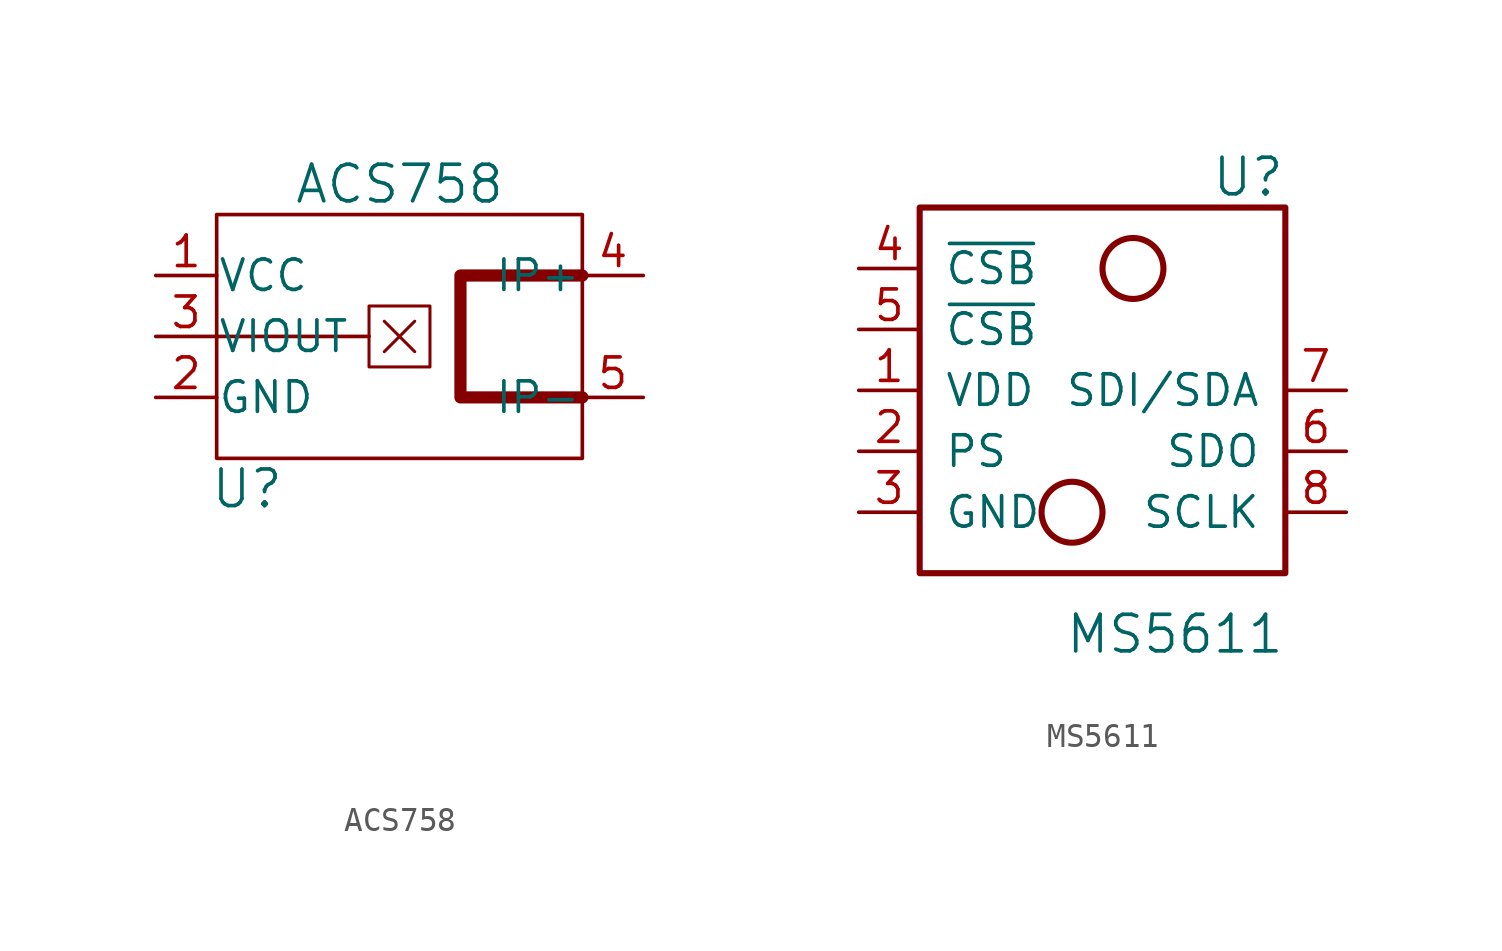
<source format=kicad_sym>
(kicad_symbol_lib
  (version 20211014)
  (generator kicad_symbol_editor)
  (symbol "ACS758"
    (pin_names
      (offset 0.025))
    (property "Reference" "U"
      (at -6.35 -6.35 0)
      (effects (font (size 1.524 1.524))))
    (property "Value" "ACS758"
      (at 0 6.35 0)
      (effects (font (size 1.524 1.524))))
    (property "Footprint" ""
      (at 2.54 -16.51 0)
      (effects (font (size 1.524 1.524))))
    (property "Datasheet" ""
      (at -3.81 5.08 0)
      (effects (font (size 1.524 1.524))))
    (symbol "ACS758_0_1"
      (rectangle (start -7.62 5.08) (end 7.62 -5.08) (stroke (width 0) (type default) (color 0 0 0 0)) (fill (type none)))
      (rectangle (start -1.27 1.27) (end 1.27 -1.27) (stroke (width 0.127) (type default) (color 0 0 0 0)) (fill (type none)))
      (polyline (pts (xy -0.635 0.635) (xy 0.635 -0.635)) (stroke (width 0.127) (type default) (color 0 0 0 0)) (fill (type none)))
      (polyline (pts (xy 0.635 0.635) (xy -0.635 -0.635)) (stroke (width 0.127) (type default) (color 0 0 0 0)) (fill (type none)))
      (polyline (pts (xy -1.27 0) (xy -3.81 0) (xy -7.62 0)) (stroke (width 0) (type default) (color 0 0 0 0)) (fill (type none)))
      (polyline (pts (xy 7.62 2.54) (xy 2.54 2.54) (xy 2.54 -2.54) (xy 7.62 -2.54)) (stroke (width 0.508) (type default) (color 0 0 0 0)) (fill (type none))))
    (symbol "ACS758_1_1"
      (pin power_in line (at -10.16 2.54 0) (length 2.54) (name "VCC" (effects (font (size 1.27 1.27)))) (number "1" (effects (font (size 1.27 1.27)))))
      (pin power_in line (at -10.16 -2.54 0) (length 2.54) (name "GND" (effects (font (size 1.27 1.27)))) (number "2" (effects (font (size 1.27 1.27)))))
      (pin power_in line (at -10.16 0 0) (length 2.54) (name "VIOUT" (effects (font (size 1.27 1.27)))) (number "3" (effects (font (size 1.27 1.27)))))
      (pin passive line (at 10.16 2.54 180) (length 2.54) (name "IP+" (effects (font (size 1.27 1.27)))) (number "4" (effects (font (size 1.27 1.27)))))
      (pin passive line (at 10.16 -2.54 180) (length 2.54) (name "IP-" (effects (font (size 1.27 1.27)))) (number "5" (effects (font (size 1.27 1.27)))))))
  (symbol "MS5611"
    (pin_names
      (offset 1.016))
    (property "Reference" "U"
      (at 7.62 8.89 0)
      (effects (font (size 1.524 1.524)) (justify right)))
    (property "Value" "MS5611"
      (at 7.62 -10.16 0)
      (effects (font (size 1.524 1.524)) (justify right)))
    (property "Footprint" ""
      (at 0 0 0)
      (effects (font (size 1.524 1.524))))
    (property "Datasheet" ""
      (at 0 0 0)
      (effects (font (size 1.524 1.524))))
    (symbol "MS5611_0_1"
      (circle (center -1.27 -5.08) (radius 1.27) (stroke (width 0.254) (type default) (color 0 0 0 0)) (fill (type none)))
      (polyline (pts (xy -7.62 7.62) (xy 7.62 7.62) (xy 7.62 -7.62) (xy -7.62 -7.62) (xy -7.62 7.62)) (stroke (width 0.254) (type default) (color 0 0 0 0)) (fill (type none)))
      (circle (center 1.27 5.08) (radius 1.27) (stroke (width 0.254) (type default) (color 0 0 0 0)) (fill (type none))))
    (symbol "MS5611_1_1"
      (pin power_in line (at -10.16 0 0) (length 2.54) (name "VDD" (effects (font (size 1.27 1.27)))) (number "1" (effects (font (size 1.27 1.27)))))
      (pin input line (at -10.16 -2.54 0) (length 2.54) (name "PS" (effects (font (size 1.27 1.27)))) (number "2" (effects (font (size 1.27 1.27)))))
      (pin power_in line (at -10.16 -5.08 0) (length 2.54) (name "GND" (effects (font (size 1.27 1.27)))) (number "3" (effects (font (size 1.27 1.27)))))
      (pin input line (at -10.16 5.08 0) (length 2.54) (name "~{CSB}" (effects (font (size 1.27 1.27)))) (number "4" (effects (font (size 1.27 1.27)))))
      (pin input line (at -10.16 2.54 0) (length 2.54) (name "~{CSB}" (effects (font (size 1.27 1.27)))) (number "5" (effects (font (size 1.27 1.27)))))
      (pin output line (at 10.16 -2.54 180) (length 2.54) (name "SDO" (effects (font (size 1.27 1.27)))) (number "6" (effects (font (size 1.27 1.27)))))
      (pin bidirectional line (at 10.16 0 180) (length 2.54) (name "SDI/SDA" (effects (font (size 1.27 1.27)))) (number "7" (effects (font (size 1.27 1.27)))))
      (pin input line (at 10.16 -5.08 180) (length 2.54) (name "SCLK" (effects (font (size 1.27 1.27)))) (number "8" (effects (font (size 1.27 1.27))))))))
</source>
